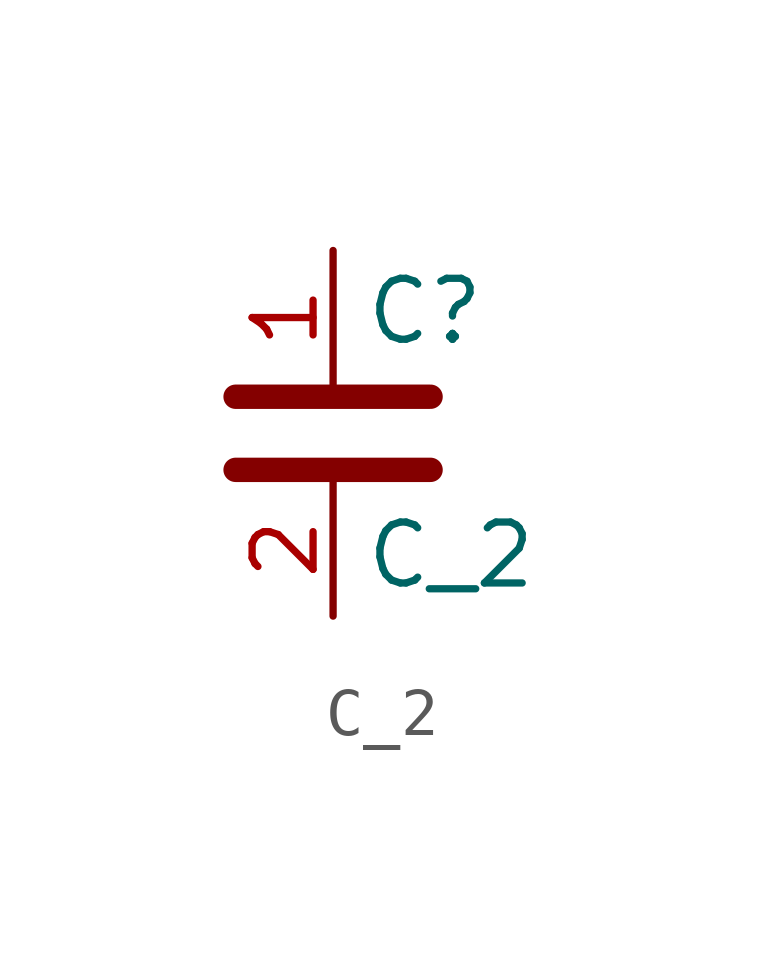
<source format=kicad_sym>
(kicad_symbol_lib
  (version 20231120)
  (generator "kicad_symbol_editor")
  (generator_version "8.0")
  (symbol "C_2"
    (pin_names
      (offset 0.254) hide)
    (property "Reference" "C"
      (at 0.635 2.54 0)
      (effects (font (size 1.27 1.27)) (justify left)))
    (property "Value" "C_2"
      (at 0.635 -2.54 0)
      (effects (font (size 1.27 1.27)) (justify left)))
    (symbol "C_2_0_1"
      (polyline (pts (xy -2.032 -0.762) (xy 2.032 -0.762)) (stroke (width 0.508) (type default)) (fill (type none)))
      (polyline (pts (xy -2.032 0.762) (xy 2.032 0.762)) (stroke (width 0.508) (type default)) (fill (type none))))
    (symbol "C_2_1_1"
      (pin passive line (at 0 3.81 270) (length 2.794) (name "~" (effects (font (size 1.27 1.27)))) (number "1" (effects (font (size 1.27 1.27)))))
      (pin passive line (at 0 -3.81 90) (length 2.794) (name "~" (effects (font (size 1.27 1.27)))) (number "2" (effects (font (size 1.27 1.27))))))))
</source>
